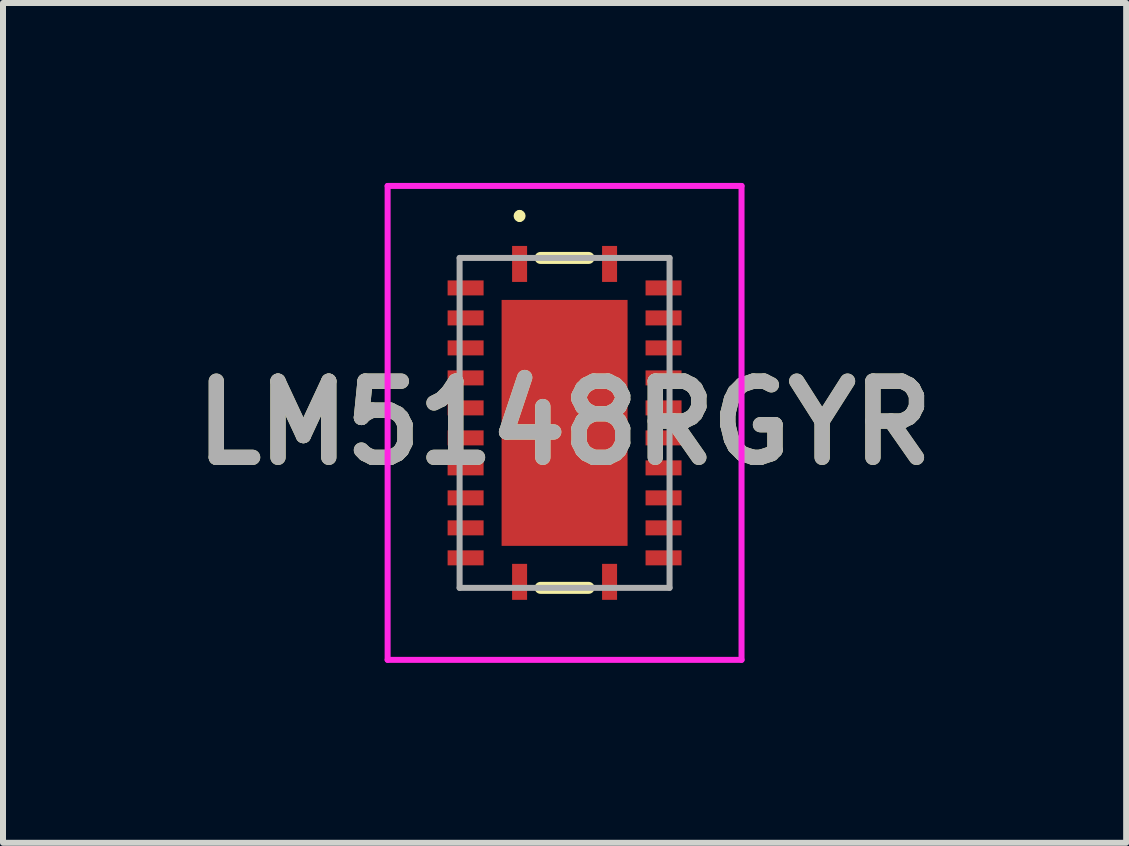
<source format=kicad_pcb>
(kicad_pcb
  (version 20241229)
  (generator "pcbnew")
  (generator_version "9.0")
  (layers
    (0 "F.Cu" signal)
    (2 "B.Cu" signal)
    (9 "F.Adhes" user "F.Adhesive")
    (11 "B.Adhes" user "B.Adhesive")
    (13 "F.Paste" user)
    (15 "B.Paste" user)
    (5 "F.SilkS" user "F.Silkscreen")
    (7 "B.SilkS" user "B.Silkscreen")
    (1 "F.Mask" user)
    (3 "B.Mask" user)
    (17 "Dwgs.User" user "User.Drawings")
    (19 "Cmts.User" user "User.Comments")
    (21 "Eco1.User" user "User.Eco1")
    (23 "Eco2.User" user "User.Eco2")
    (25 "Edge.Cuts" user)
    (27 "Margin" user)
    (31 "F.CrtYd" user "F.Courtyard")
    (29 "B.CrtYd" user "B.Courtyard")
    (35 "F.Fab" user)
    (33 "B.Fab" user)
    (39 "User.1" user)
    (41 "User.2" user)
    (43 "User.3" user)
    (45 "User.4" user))
  (footprint "LM5148RGYR"
    (layer "F.Cu")
    (at 6.362 4)
    (property "Reference" "LM5148RGYR" (at 0 0 0) (layer "F.SilkS") (effects (font (size 1.27 1.27) (thickness 0.254))))
    (attr smd)
    (fp_line (start -0.75 -3.5) (end -0.75 -3.5) (stroke (width 0.1) (type solid)) (layer "F.SilkS"))
    (fp_line (start -0.75 -3.4) (end -0.75 -3.4) (stroke (width 0.1) (type solid)) (layer "F.SilkS"))
    (fp_line (start -0.4 -2.75) (end 0.4 -2.75) (stroke (width 0.2) (type solid)) (layer "F.SilkS"))
    (fp_line (start -0.4 2.75) (end 0.4 2.75) (stroke (width 0.2) (type solid)) (layer "F.SilkS"))
    (fp_arc (start -0.75 -3.5) (mid -0.7 -3.45) (end -0.75 -3.4) (stroke (width 0.1) (type solid)) (layer "F.SilkS"))
    (fp_arc (start -0.75 -3.4) (mid -0.8 -3.45) (end -0.75 -3.5) (stroke (width 0.1) (type solid)) (layer "F.SilkS"))
    (fp_line (start -2.95 -3.95) (end 2.95 -3.95) (stroke (width 0.1) (type solid)) (layer "F.CrtYd"))
    (fp_line (start -2.95 3.95) (end -2.95 -3.95) (stroke (width 0.1) (type solid)) (layer "F.CrtYd"))
    (fp_line (start 2.95 -3.95) (end 2.95 3.95) (stroke (width 0.1) (type solid)) (layer "F.CrtYd"))
    (fp_line (start 2.95 3.95) (end -2.95 3.95) (stroke (width 0.1) (type solid)) (layer "F.CrtYd"))
    (fp_line (start -1.75 -2.75) (end -1.75 2.75) (stroke (width 0.1) (type solid)) (layer "F.Fab"))
    (fp_line (start -1.75 2.75) (end 1.75 2.75) (stroke (width 0.1) (type solid)) (layer "F.Fab"))
    (fp_line (start 1.75 -2.75) (end -1.75 -2.75) (stroke (width 0.1) (type solid)) (layer "F.Fab"))
    (fp_line (start 1.75 2.75) (end 1.75 -2.75) (stroke (width 0.1) (type solid)) (layer "F.Fab"))
    (fp_text user "${REFERENCE}" (at 0 0 0) (layer "F.Fab") (effects (font (size 1.27 1.27) (thickness 0.254))))
    (pad "1" smd rect (at -0.75 -2.65) (size 0.25 0.6) (layers "F.Cu" "F.Mask" "F.Paste"))
    (pad "2" smd rect (at -1.65 -2.25 90) (size 0.25 0.6) (layers "F.Cu" "F.Mask" "F.Paste"))
    (pad "3" smd rect (at -1.65 -1.75 90) (size 0.25 0.6) (layers "F.Cu" "F.Mask" "F.Paste"))
    (pad "4" smd rect (at -1.65 -1.25 90) (size 0.25 0.6) (layers "F.Cu" "F.Mask" "F.Paste"))
    (pad "5" smd rect (at -1.65 -0.75 90) (size 0.25 0.6) (layers "F.Cu" "F.Mask" "F.Paste"))
    (pad "6" smd rect (at -1.65 -0.25 90) (size 0.25 0.6) (layers "F.Cu" "F.Mask" "F.Paste"))
    (pad "7" smd rect (at -1.65 0.25 90) (size 0.25 0.6) (layers "F.Cu" "F.Mask" "F.Paste"))
    (pad "8" smd rect (at -1.65 0.75 90) (size 0.25 0.6) (layers "F.Cu" "F.Mask" "F.Paste"))
    (pad "9" smd rect (at -1.65 1.25 90) (size 0.25 0.6) (layers "F.Cu" "F.Mask" "F.Paste"))
    (pad "10" smd rect (at -1.65 1.75 90) (size 0.25 0.6) (layers "F.Cu" "F.Mask" "F.Paste"))
    (pad "11" smd rect (at -1.65 2.25 90) (size 0.25 0.6) (layers "F.Cu" "F.Mask" "F.Paste"))
    (pad "12" smd rect (at -0.75 2.65) (size 0.25 0.6) (layers "F.Cu" "F.Mask" "F.Paste"))
    (pad "13" smd rect (at 0.75 2.65) (size 0.25 0.6) (layers "F.Cu" "F.Mask" "F.Paste"))
    (pad "14" smd rect (at 1.65 2.25 90) (size 0.25 0.6) (layers "F.Cu" "F.Mask" "F.Paste"))
    (pad "15" smd rect (at 1.65 1.75 90) (size 0.25 0.6) (layers "F.Cu" "F.Mask" "F.Paste"))
    (pad "16" smd rect (at 1.65 1.25 90) (size 0.25 0.6) (layers "F.Cu" "F.Mask" "F.Paste"))
    (pad "17" smd rect (at 1.65 0.75 90) (size 0.25 0.6) (layers "F.Cu" "F.Mask" "F.Paste"))
    (pad "18" smd rect (at 1.65 0.25 90) (size 0.25 0.6) (layers "F.Cu" "F.Mask" "F.Paste"))
    (pad "19" smd rect (at 1.65 -0.25 90) (size 0.25 0.6) (layers "F.Cu" "F.Mask" "F.Paste"))
    (pad "20" smd rect (at 1.65 -0.75 90) (size 0.25 0.6) (layers "F.Cu" "F.Mask" "F.Paste"))
    (pad "21" smd rect (at 1.65 -1.25 90) (size 0.25 0.6) (layers "F.Cu" "F.Mask" "F.Paste"))
    (pad "22" smd rect (at 1.65 -1.75 90) (size 0.25 0.6) (layers "F.Cu" "F.Mask" "F.Paste"))
    (pad "23" smd rect (at 1.65 -2.25 90) (size 0.25 0.6) (layers "F.Cu" "F.Mask" "F.Paste"))
    (pad "24" smd rect (at 0.75 -2.65) (size 0.25 0.6) (layers "F.Cu" "F.Mask" "F.Paste"))
    (pad "25" smd rect (at 0 0) (size 2.1 4.1) (layers "F.Cu" "F.Mask" "F.Paste")))
  (gr_rect
    (start -3 -3)
    (end 15.724 11)
    (stroke (width 0.1) (type default))
    (fill no)
    (layer "Edge.Cuts")))
</source>
